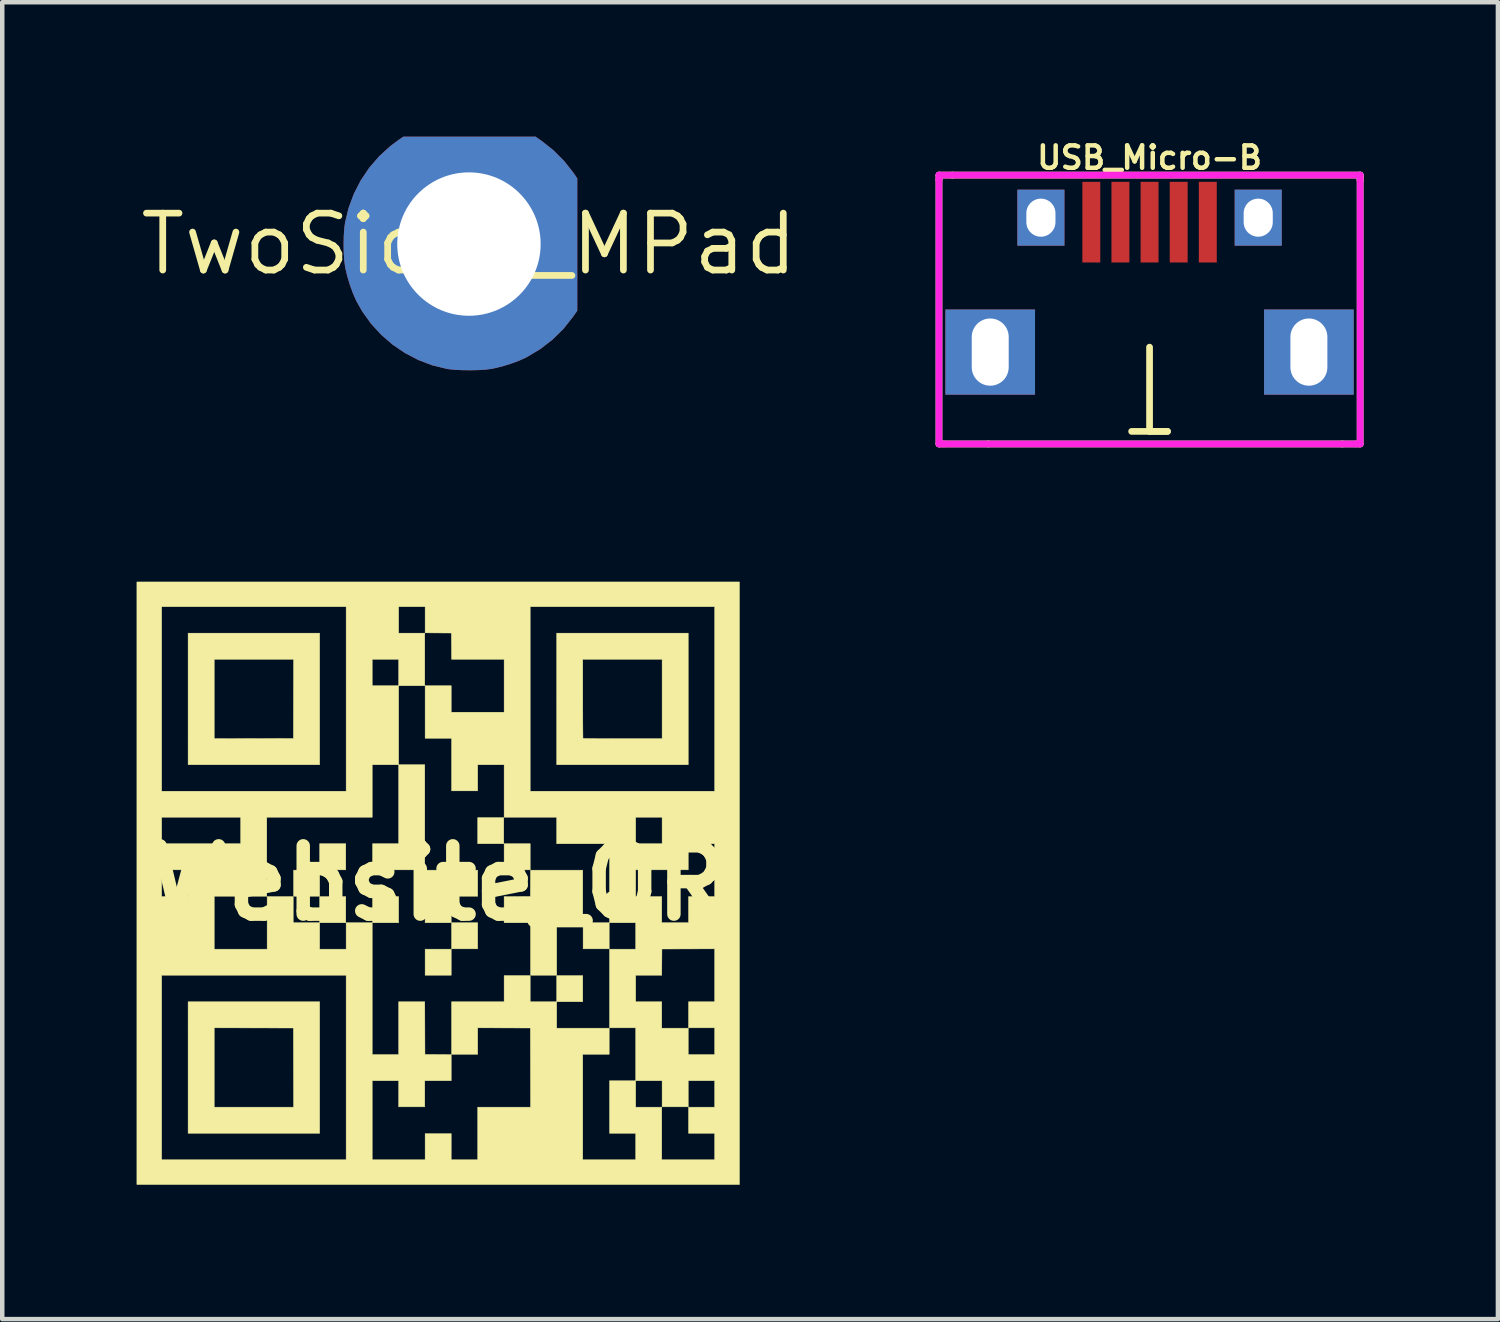
<source format=kicad_pcb>
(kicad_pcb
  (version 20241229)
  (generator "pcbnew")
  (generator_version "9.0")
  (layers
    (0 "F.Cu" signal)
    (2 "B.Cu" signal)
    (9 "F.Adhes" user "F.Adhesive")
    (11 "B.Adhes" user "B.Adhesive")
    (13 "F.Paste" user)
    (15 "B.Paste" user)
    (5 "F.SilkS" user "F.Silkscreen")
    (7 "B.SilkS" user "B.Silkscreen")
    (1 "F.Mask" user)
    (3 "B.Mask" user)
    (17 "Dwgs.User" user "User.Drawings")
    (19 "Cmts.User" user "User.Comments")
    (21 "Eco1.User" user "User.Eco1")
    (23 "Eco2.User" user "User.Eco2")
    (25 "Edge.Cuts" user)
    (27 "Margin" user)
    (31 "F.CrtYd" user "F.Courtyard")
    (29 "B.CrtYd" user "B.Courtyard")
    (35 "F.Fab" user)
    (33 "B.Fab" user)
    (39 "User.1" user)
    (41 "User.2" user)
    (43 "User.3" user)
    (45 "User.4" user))
  (footprint "TwoSided_MPad"
    (layer "F.Cu")
    (at 7.416 2.397)
    (property "Reference" "TwoSided_MPad" (at 0 0 0) (layer "F.SilkS") (effects (font (size 1.27 1.27) (thickness 0.15))))
    (attr through_hole)
    (pad "1" thru_hole custom (at 0 0) (size 3.5 3.5) (drill 3.2) (layers "*.Cu" "*.Mask") (options (anchor circle)) (primitives (gr_poly (pts (xy 1.626 -2.294) (xy 1.885 -2.088) (xy 2.122 -1.85) (xy 2.329 -1.588) (xy 2.346 -1.563) (xy 2.413 -1.463) (xy 2.413 1.486) (xy 2.315 1.626) (xy 2.105 1.891) (xy 1.862 2.129) (xy 1.591 2.339) (xy 1.294 2.517) (xy 1.252 2.538) (xy 1.114 2.6) (xy 0.95 2.661) (xy 0.775 2.716) (xy 0.605 2.76) (xy 0.497 2.782) (xy 0.368 2.798) (xy 0.21 2.808) (xy 0.036 2.812) (xy -0.14 2.81) (xy -0.305 2.802) (xy -0.447 2.788) (xy -0.497 2.78) (xy -0.82 2.701) (xy -1.13 2.583) (xy -1.425 2.429) (xy -1.7 2.242) (xy -1.953 2.024) (xy -2.178 1.779) (xy -2.373 1.509) (xy -2.507 1.273) (xy -2.58 1.11) (xy -2.649 0.922) (xy -2.709 0.727) (xy -2.753 0.544) (xy -2.761 0.5) (xy -2.779 0.356) (xy -2.79 0.185) (xy -2.793 0.000048) (xy -2.793 -0.000117) (xy -1.576 -0.000117) (xy -1.566 0.205) (xy -1.532 0.394) (xy -1.527 0.412) (xy -1.436 0.659) (xy -1.311 0.884) (xy -1.155 1.083) (xy -0.97 1.255) (xy -0.76 1.396) (xy -0.527 1.504) (xy -0.275 1.576) (xy -0.202 1.589) (xy -0.081 1.599) (xy 0.064 1.597) (xy 0.216 1.583) (xy 0.36 1.559) (xy 0.425 1.543) (xy 0.524 1.511) (xy 0.636 1.466) (xy 0.737 1.419) (xy 0.74 1.417) (xy 0.956 1.283) (xy 1.141 1.121) (xy 1.297 0.938) (xy 1.421 0.735) (xy 1.512 0.518) (xy 1.571 0.291) (xy 1.596 0.058) (xy 1.586 -0.177) (xy 1.541 -0.411) (xy 1.459 -0.638) (xy 1.341 -0.855) (xy 1.233 -1) (xy 1.057 -1.182) (xy 0.859 -1.33) (xy 0.644 -1.443) (xy 0.416 -1.522) (xy 0.181 -1.566) (xy -0.059 -1.574) (xy -0.298 -1.545) (xy -0.531 -1.481) (xy -0.755 -1.38) (xy -0.966 -1.241) (xy -0.995 -1.218) (xy -1.169 -1.049) (xy -1.319 -0.85) (xy -1.44 -0.629) (xy -1.526 -0.392) (xy -1.527 -0.39) (xy -1.563 -0.204) (xy -1.576 -0.000117) (xy -2.793 -0.000117) (xy -2.789 -0.183) (xy -2.777 -0.352) (xy -2.761 -0.474) (xy -2.682 -0.805) (xy -2.564 -1.122) (xy -2.409 -1.423) (xy -2.22 -1.703) (xy -1.998 -1.959) (xy -1.746 -2.188) (xy -1.563 -2.324) (xy -1.463 -2.392) (xy 1.486 -2.392) (xy 1.626 -2.294)) (width 0.01) (fill yes)))))
  (footprint "USB_Micro-B"
    (layer "F.Cu")
    (at 22.606 3.458)
    (property "Reference" "USB_Micro-B" (at 0 -2.99 0) (layer "F.SilkS") (effects (font (size 0.5 0.5) (thickness 0.1))))
    (attr smd)
    (fp_line (start -4.7 -2.6) (end -4.39 -2.6) (stroke (width 0.15) (type solid)) (layer "F.SilkS"))
    (fp_line (start -4.7 -2.5) (end -4.7 -2.6) (stroke (width 0.15) (type solid)) (layer "F.SilkS"))
    (fp_line (start -4.7 3.4) (end -4.7 -2.5) (stroke (width 0.15) (type solid)) (layer "F.SilkS"))
    (fp_line (start -3.6 3.4) (end -4.7 3.4) (stroke (width 0.15) (type solid)) (layer "F.SilkS"))
    (fp_line (start -3.6 3.4) (end 4.3 3.4) (stroke (width 0.15) (type solid)) (layer "F.SilkS"))
    (fp_line (start 0 1.24) (end 0 3.12) (stroke (width 0.15) (type solid)) (layer "F.SilkS"))
    (fp_line (start 0 3.12) (end 0.4 3.12) (stroke (width 0.15) (type solid)) (layer "F.SilkS"))
    (fp_line (start 0.4 3.12) (end -0.4 3.12) (stroke (width 0.15) (type solid)) (layer "F.SilkS"))
    (fp_line (start 4.3 3.4) (end 4.7 3.4) (stroke (width 0.15) (type solid)) (layer "F.SilkS"))
    (fp_line (start 4.7 -2.6) (end -4.4 -2.6) (stroke (width 0.15) (type solid)) (layer "F.SilkS"))
    (fp_line (start 4.7 -2.49) (end 4.7 -2.6) (stroke (width 0.15) (type solid)) (layer "F.SilkS"))
    (fp_line (start 4.7 -2.48) (end 4.7 -2.6) (stroke (width 0.15) (type solid)) (layer "F.SilkS"))
    (fp_line (start 4.7 3.4) (end 4.7 -2.5) (stroke (width 0.15) (type solid)) (layer "F.SilkS"))
    (fp_line (start -4.7 -2.5) (end -4.7 3.4) (stroke (width 0.15) (type solid)) (layer "F.CrtYd"))
    (fp_line (start -4.7 -2.48) (end -4.7 -2.6) (stroke (width 0.15) (type solid)) (layer "F.CrtYd"))
    (fp_line (start -4.7 3.4) (end -4.59 3.4) (stroke (width 0.15) (type solid)) (layer "F.CrtYd"))
    (fp_line (start -4.6 3.4) (end 4.6 3.4) (stroke (width 0.15) (type solid)) (layer "F.CrtYd"))
    (fp_line (start 4.6 3.4) (end 4.7 3.4) (stroke (width 0.15) (type solid)) (layer "F.CrtYd"))
    (fp_line (start 4.7 -2.6) (end -4.7 -2.6) (stroke (width 0.15) (type solid)) (layer "F.CrtYd"))
    (fp_line (start 4.7 -2.6) (end 4.7 -2.5) (stroke (width 0.15) (type solid)) (layer "F.CrtYd"))
    (fp_line (start 4.7 3.4) (end 4.7 -2.5) (stroke (width 0.15) (type solid)) (layer "F.CrtYd"))
    (pad "1" smd rect (at -1.3 -1.55 90) (size 1.8 0.4) (layers "F.Cu" "F.Mask" "F.Paste"))
    (pad "2" smd rect (at -0.65 -1.55 90) (size 1.8 0.4) (layers "F.Cu" "F.Mask" "F.Paste"))
    (pad "3" smd rect (at 0 -1.55 90) (size 1.8 0.4) (layers "F.Cu" "F.Mask" "F.Paste"))
    (pad "4" smd rect (at 0.65 -1.55 90) (size 1.8 0.4) (layers "F.Cu" "F.Mask" "F.Paste"))
    (pad "5" smd rect (at 1.3 -1.55 90) (size 1.8 0.4) (layers "F.Cu" "F.Mask" "F.Paste"))
    (pad "6" thru_hole rect (at 3.556 1.35 90) (size 1.9 2) (drill oval 1.5 0.825) (layers "*.Cu" "*.Mask"))
    (pad "7" thru_hole rect (at -3.556 1.35 90) (size 1.9 2) (drill oval 1.5 0.825) (layers "*.Cu" "*.Mask"))
    (pad "8" thru_hole rect (at -2.425 -1.65 90) (size 1.25 1.05) (drill oval 0.85 0.65) (layers "*.Cu" "*.Mask"))
    (pad "9" thru_hole rect (at 2.425 -1.65 90) (size 1.25 1.05) (drill oval 0.85 0.65) (layers "*.Cu" "*.Mask")))
  (footprint "Website_QR"
    (layer "F.Cu")
    (at 6.729 16.662)
    (property "Reference" "Website_QR" (at 0 0 0) (layer "F.SilkS") (effects (font (size 1.524 1.524) (thickness 0.3))))
    (attr through_hole)
    (fp_poly (pts (xy -2.645 0.291) (xy -3.227 0.291) (xy -3.227 -0.291) (xy -2.645 -0.291) (xy -2.645 0.291)) (stroke (width 0.01) (type solid)) (fill yes) (layer "F.SilkS"))
    (fp_poly (pts (xy -2.062 -0.299) (xy -2.645 -0.299) (xy -2.645 -0.882) (xy -2.062 -0.882) (xy -2.062 -0.299)) (stroke (width 0.01) (type solid)) (fill yes) (layer "F.SilkS"))
    (fp_poly (pts (xy -2.062 0.882) (xy -2.645 0.882) (xy -2.645 0.299) (xy -2.062 0.299) (xy -2.062 0.882)) (stroke (width 0.01) (type solid)) (fill yes) (layer "F.SilkS"))
    (fp_poly (pts (xy -0.882 0.882) (xy -1.464 0.882) (xy -1.464 0.299) (xy -0.882 0.299) (xy -0.882 0.882)) (stroke (width 0.01) (type solid)) (fill yes) (layer "F.SilkS"))
    (fp_poly (pts (xy 0.291 2.054) (xy -0.291 2.054) (xy -0.291 1.472) (xy 0.291 1.472) (xy 0.291 2.054)) (stroke (width 0.01) (type solid)) (fill yes) (layer "F.SilkS"))
    (fp_poly (pts (xy 0.882 1.464) (xy 0.299 1.464) (xy 0.299 0.882) (xy 0.882 0.882) (xy 0.882 1.464)) (stroke (width 0.01) (type solid)) (fill yes) (layer "F.SilkS"))
    (fp_poly (pts (xy 1.464 -0.882) (xy 0.882 -0.882) (xy 0.882 -1.464) (xy 1.464 -1.464) (xy 1.464 -0.882)) (stroke (width 0.01) (type solid)) (fill yes) (layer "F.SilkS"))
    (fp_poly (pts (xy 2.054 -0.299) (xy 1.472 -0.299) (xy 1.472 -0.882) (xy 2.054 -0.882) (xy 2.054 -0.299)) (stroke (width 0.01) (type solid)) (fill yes) (layer "F.SilkS"))
    (fp_poly (pts (xy 3.227 2.645) (xy 2.645 2.645) (xy 2.645 2.062) (xy 3.227 2.062) (xy 3.227 2.645)) (stroke (width 0.01) (type solid)) (fill yes) (layer "F.SilkS"))
    (fp_poly (pts (xy 3.817 1.464) (xy 3.235 1.464) (xy 3.235 0.882) (xy 3.817 0.882) (xy 3.817 1.464)) (stroke (width 0.01) (type solid)) (fill yes) (layer "F.SilkS"))
    (fp_poly (pts (xy -0.299 -0.299) (xy -1.464 -0.299) (xy -1.464 -0.882) (xy -0.882 -0.882) (xy -0.882 -2.645) (xy -0.299 -2.645) (xy -0.299 -0.299)) (stroke (width 0.01) (type solid)) (fill yes) (layer "F.SilkS"))
    (fp_poly (pts (xy 0.882 0.291) (xy 0.291 0.291) (xy 0.291 0.882) (xy -0.291 0.882) (xy -0.291 -0.291) (xy 0.882 -0.291) (xy 0.882 0.291)) (stroke (width 0.01) (type solid)) (fill yes) (layer "F.SilkS"))
    (fp_poly (pts (xy -2.645 5.581) (xy -5.581 5.581) (xy -5.581 4.998) (xy -4.998 4.998) (xy -3.227 4.998) (xy -3.231 3.231) (xy -4.114 3.229) (xy -4.998 3.227) (xy -4.998 4.998) (xy -5.581 4.998) (xy -5.581 2.645) (xy -2.645 2.645) (xy -2.645 5.581)) (stroke (width 0.01) (type solid)) (fill yes) (layer "F.SilkS"))
    (fp_poly (pts (xy 3.227 0.882) (xy 2.645 0.882) (xy 2.645 2.054) (xy 2.062 2.054) (xy 2.062 0.882) (xy 1.472 0.882) (xy 1.472 0.299) (xy 1.765 0.297) (xy 2.058 0.295) (xy 2.06 0.002) (xy 2.062 -0.291) (xy 3.227 -0.291) (xy 3.227 0.882)) (stroke (width 0.01) (type solid)) (fill yes) (layer "F.SilkS"))
    (fp_poly (pts (xy -2.645 -2.645) (xy -5.581 -2.645) (xy -5.581 -4.998) (xy -4.998 -4.998) (xy -4.998 -3.227) (xy -4.114 -3.229) (xy -3.231 -3.231) (xy -3.229 -4.114) (xy -3.227 -4.998) (xy -4.998 -4.998) (xy -5.581 -4.998) (xy -5.581 -5.581) (xy -2.645 -5.581) (xy -2.645 -2.645)) (stroke (width 0.01) (type solid)) (fill yes) (layer "F.SilkS"))
    (fp_poly (pts (xy 5.581 -2.645) (xy 2.645 -2.645) (xy 2.645 -4.998) (xy 3.227 -4.998) (xy 3.227 -4.118) (xy 3.227 -4.004) (xy 3.227 -3.895) (xy 3.228 -3.791) (xy 3.228 -3.692) (xy 3.228 -3.601) (xy 3.229 -3.518) (xy 3.229 -3.443) (xy 3.23 -3.379) (xy 3.23 -3.324) (xy 3.231 -3.282) (xy 3.231 -3.252) (xy 3.232 -3.235) (xy 3.232 -3.232) (xy 3.24 -3.232) (xy 3.262 -3.231) (xy 3.297 -3.23) (xy 3.345 -3.23) (xy 3.403 -3.229) (xy 3.472 -3.229) (xy 3.55 -3.228) (xy 3.636 -3.228) (xy 3.73 -3.228) (xy 3.831 -3.228) (xy 3.937 -3.227) (xy 4.048 -3.227) (xy 4.118 -3.227) (xy 4.998 -3.227) (xy 4.998 -4.998) (xy 3.227 -4.998) (xy 2.645 -4.998) (xy 2.645 -5.581) (xy 5.581 -5.581) (xy 5.581 -2.645)) (stroke (width 0.01) (type solid)) (fill yes) (layer "F.SilkS"))
    (fp_poly (pts (xy 6.724 6.724) (xy -6.724 6.724) (xy -6.724 2.054) (xy -6.171 2.054) (xy -6.171 6.171) (xy -2.054 6.171) (xy -2.054 2.054) (xy -6.171 2.054) (xy -6.724 2.054) (xy -6.724 -0.299) (xy -6.171 -0.299) (xy -6.171 0.299) (xy -5.581 0.299) (xy -5.581 0.291) (xy -4.998 0.291) (xy -4.998 1.472) (xy -3.817 1.472) (xy -3.817 0.299) (xy -3.235 0.299) (xy -3.235 0.882) (xy -2.645 0.882) (xy -2.645 1.472) (xy -2.054 1.472) (xy -2.054 0.882) (xy -1.472 0.882) (xy -1.472 3.825) (xy -0.882 3.825) (xy -0.882 2.645) (xy -0.299 2.645) (xy -0.295 3.821) (xy -0.002 3.823) (xy 0.291 3.825) (xy 0.291 4.408) (xy -0.299 4.408) (xy -0.299 4.99) (xy -0.882 4.99) (xy -0.882 4.408) (xy -1.472 4.408) (xy -1.472 6.171) (xy -0.291 6.171) (xy -0.291 5.588) (xy 0.291 5.588) (xy 0.291 6.171) (xy 0.882 6.171) (xy 0.882 4.998) (xy 2.062 4.998) (xy 2.058 3.231) (xy 1.47 3.229) (xy 0.882 3.227) (xy 0.882 3.817) (xy 0.299 3.817) (xy 0.299 2.645) (xy 1.472 2.645) (xy 1.472 2.062) (xy 2.054 2.062) (xy 2.054 2.645) (xy 2.645 2.645) (xy 2.645 3.235) (xy 3.817 3.235) (xy 3.817 3.817) (xy 3.227 3.817) (xy 3.227 6.171) (xy 4.408 6.171) (xy 4.408 5.581) (xy 3.825 5.581) (xy 3.825 4.408) (xy 4.408 4.408) (xy 4.408 4.998) (xy 4.99 4.998) (xy 4.99 6.171) (xy 6.171 6.171) (xy 6.171 5.581) (xy 5.588 5.581) (xy 5.588 4.998) (xy 6.171 4.998) (xy 6.171 4.408) (xy 5.581 4.408) (xy 5.581 4.99) (xy 4.998 4.99) (xy 4.998 4.408) (xy 4.408 4.408) (xy 4.408 3.227) (xy 3.825 3.227) (xy 3.825 2.054) (xy 4.408 2.054) (xy 4.408 2.645) (xy 4.99 2.645) (xy 4.99 3.235) (xy 5.581 3.235) (xy 5.581 3.825) (xy 6.171 3.825) (xy 6.171 3.227) (xy 5.588 3.227) (xy 5.588 2.645) (xy 6.171 2.645) (xy 6.171 1.464) (xy 4.994 1.468) (xy 4.992 1.761) (xy 4.99 2.054) (xy 4.408 2.054) (xy 3.825 2.054) (xy 3.825 1.472) (xy 4.408 1.472) (xy 4.408 0.882) (xy 3.825 0.882) (xy 3.825 -0.299) (xy 4.408 -0.299) (xy 4.408 0.299) (xy 4.99 0.299) (xy 4.99 0.882) (xy 5.588 0.882) (xy 5.588 0.299) (xy 6.171 0.299) (xy 6.171 -0.882) (xy 5.581 -0.882) (xy 5.581 -0.299) (xy 4.408 -0.299) (xy 3.825 -0.299) (xy 3.825 -0.882) (xy 2.645 -0.882) (xy 2.645 -1.472) (xy 4.408 -1.472) (xy 4.408 -0.882) (xy 4.998 -0.882) (xy 4.998 -1.472) (xy 4.408 -1.472) (xy 2.645 -1.472) (xy 1.472 -1.472) (xy 1.472 -2.645) (xy 0.882 -2.645) (xy 0.882 -2.062) (xy 0.299 -2.062) (xy 0.299 -3.235) (xy -0.291 -3.235) (xy -0.291 -4.408) (xy 0.291 -4.408) (xy 0.291 -3.817) (xy 1.472 -3.817) (xy 1.472 -4.998) (xy 0.299 -4.998) (xy 0.297 -5.291) (xy 0.295 -5.584) (xy 0.002 -5.586) (xy -0.291 -5.588) (xy -0.291 -6.171) (xy 2.054 -6.171) (xy 2.054 -2.054) (xy 6.171 -2.054) (xy 6.171 -6.171) (xy 2.054 -6.171) (xy -0.291 -6.171) (xy -0.882 -6.171) (xy -0.882 -5.581) (xy -0.299 -5.581) (xy -0.299 -4.408) (xy -0.882 -4.408) (xy -0.882 -2.645) (xy -1.472 -2.645) (xy -1.472 -1.472) (xy -3.825 -1.472) (xy -3.825 0.291) (xy -4.998 0.291) (xy -5.581 0.291) (xy -5.581 -0.299) (xy -6.171 -0.299) (xy -6.724 -0.299) (xy -6.724 -1.472) (xy -6.171 -1.472) (xy -6.171 -0.882) (xy -4.408 -0.882) (xy -4.408 -1.472) (xy -6.171 -1.472) (xy -6.724 -1.472) (xy -6.724 -6.171) (xy -6.171 -6.171) (xy -6.171 -2.054) (xy -2.054 -2.054) (xy -2.054 -4.998) (xy -1.472 -4.998) (xy -1.472 -4.408) (xy -0.882 -4.408) (xy -0.882 -4.998) (xy -1.472 -4.998) (xy -2.054 -4.998) (xy -2.054 -6.171) (xy -6.171 -6.171) (xy -6.724 -6.171) (xy -6.724 -6.724) (xy 6.724 -6.724) (xy 6.724 6.724)) (stroke (width 0.01) (type solid)) (fill yes) (layer "F.SilkS")))
  (gr_rect
    (start -3 -3)
    (end 30.381 26.39)
    (stroke (width 0.1) (type default))
    (fill no)
    (layer "Edge.Cuts")))
</source>
